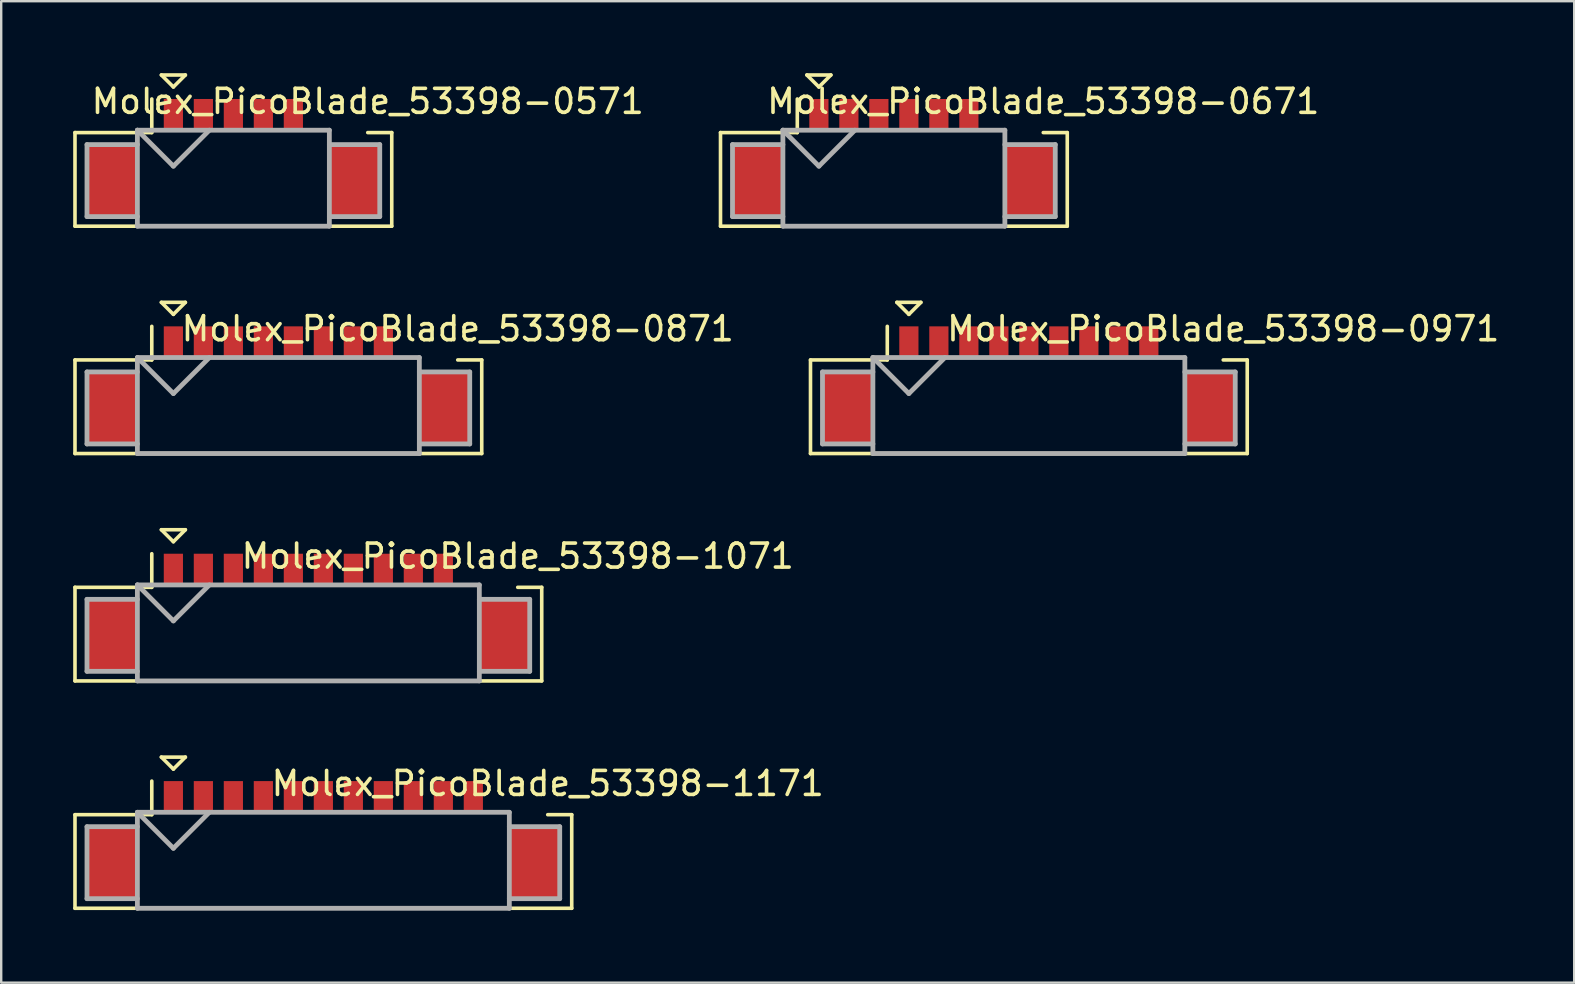
<source format=kicad_pcb>
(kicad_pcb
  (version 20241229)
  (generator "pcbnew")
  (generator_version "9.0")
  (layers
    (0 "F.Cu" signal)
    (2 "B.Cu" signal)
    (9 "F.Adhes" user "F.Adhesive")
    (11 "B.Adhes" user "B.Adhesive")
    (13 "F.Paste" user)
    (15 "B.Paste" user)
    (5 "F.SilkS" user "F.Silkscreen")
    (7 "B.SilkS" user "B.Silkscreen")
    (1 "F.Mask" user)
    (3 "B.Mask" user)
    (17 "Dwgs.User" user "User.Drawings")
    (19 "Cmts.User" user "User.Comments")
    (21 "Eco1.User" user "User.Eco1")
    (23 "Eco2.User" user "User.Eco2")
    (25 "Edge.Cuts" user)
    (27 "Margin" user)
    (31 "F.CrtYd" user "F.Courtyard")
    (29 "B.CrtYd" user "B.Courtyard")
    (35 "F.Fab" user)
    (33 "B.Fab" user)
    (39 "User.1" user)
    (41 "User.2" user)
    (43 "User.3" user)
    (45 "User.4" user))
  (footprint "Molex_PicoBlade_53398-0671"
    (layer "F.Cu")
    (at 34.2 4.475)
    (property "Reference" "Molex_PicoBlade_53398-0671" (at 6.225 -3.3 0) (layer "F.SilkS") (effects (font (size 1 1) (thickness 0.15))))
    (attr smd)
    (fp_line (start -7.225 -2) (end -7.225 1.9) (stroke (width 0.15) (type solid)) (layer "F.SilkS"))
    (fp_line (start -7.225 1.9) (end 7.225 1.9) (stroke (width 0.15) (type solid)) (layer "F.SilkS"))
    (fp_line (start -4.025 -3.4) (end -4.025 -2) (stroke (width 0.15) (type solid)) (layer "F.SilkS"))
    (fp_line (start -4.025 -2) (end -7.225 -2) (stroke (width 0.15) (type solid)) (layer "F.SilkS"))
    (fp_line (start -3.625 -4.4) (end -2.625 -4.4) (stroke (width 0.15) (type solid)) (layer "F.SilkS"))
    (fp_line (start -3.125 -3.9) (end -3.625 -4.4) (stroke (width 0.15) (type solid)) (layer "F.SilkS"))
    (fp_line (start -2.625 -4.4) (end -3.125 -3.9) (stroke (width 0.15) (type solid)) (layer "F.SilkS"))
    (fp_line (start 7.225 -2) (end 6.225 -2) (stroke (width 0.15) (type solid)) (layer "F.SilkS"))
    (fp_line (start 7.225 1.9) (end 7.225 -2) (stroke (width 0.15) (type solid)) (layer "F.SilkS"))
    (fp_line (start -6.725 -1.5) (end -6.725 1.5) (stroke (width 0.2) (type solid)) (layer "F.Fab"))
    (fp_line (start -6.725 1.5) (end -4.625 1.5) (stroke (width 0.2) (type solid)) (layer "F.Fab"))
    (fp_line (start -4.625 -2.1) (end -4.625 1.9) (stroke (width 0.2) (type solid)) (layer "F.Fab"))
    (fp_line (start -4.625 -2.1) (end -3.125 -0.6) (stroke (width 0.2) (type solid)) (layer "F.Fab"))
    (fp_line (start -4.625 -1.5) (end -6.725 -1.5) (stroke (width 0.2) (type solid)) (layer "F.Fab"))
    (fp_line (start -4.625 1.9) (end 4.625 1.9) (stroke (width 0.2) (type solid)) (layer "F.Fab"))
    (fp_line (start -3.125 -0.6) (end -1.625 -2.1) (stroke (width 0.2) (type solid)) (layer "F.Fab"))
    (fp_line (start 4.625 -2.1) (end -4.625 -2.1) (stroke (width 0.2) (type solid)) (layer "F.Fab"))
    (fp_line (start 4.625 -1.5) (end 6.725 -1.5) (stroke (width 0.2) (type solid)) (layer "F.Fab"))
    (fp_line (start 4.625 1.9) (end 4.625 -2.1) (stroke (width 0.2) (type solid)) (layer "F.Fab"))
    (fp_line (start 6.725 -1.5) (end 6.725 1.5) (stroke (width 0.2) (type solid)) (layer "F.Fab"))
    (fp_line (start 6.725 1.5) (end 4.625 1.5) (stroke (width 0.2) (type solid)) (layer "F.Fab"))
    (pad "" smd rect (at -5.675 0) (size 2.1 3) (layers "F.Cu" "F.Mask" "F.Paste"))
    (pad "" smd rect (at 5.675 0) (size 2.1 3) (layers "F.Cu" "F.Mask" "F.Paste"))
    (pad "1" smd rect (at -3.125 -2.75) (size 0.8 1.3) (layers "F.Cu" "F.Mask" "F.Paste"))
    (pad "2" smd rect (at -1.875 -2.75) (size 0.8 1.3) (layers "F.Cu" "F.Mask" "F.Paste"))
    (pad "3" smd rect (at -0.625 -2.75) (size 0.8 1.3) (layers "F.Cu" "F.Mask" "F.Paste"))
    (pad "4" smd rect (at 0.625 -2.75) (size 0.8 1.3) (layers "F.Cu" "F.Mask" "F.Paste"))
    (pad "5" smd rect (at 1.875 -2.75) (size 0.8 1.3) (layers "F.Cu" "F.Mask" "F.Paste"))
    (pad "6" smd rect (at 3.125 -2.75) (size 0.8 1.3) (layers "F.Cu" "F.Mask" "F.Paste")))
  (footprint "Molex_PicoBlade_53398-1071"
    (layer "F.Cu")
    (at 9.8 23.425)
    (property "Reference" "Molex_PicoBlade_53398-1071" (at 8.725 -3.3 0) (layer "F.SilkS") (effects (font (size 1 1) (thickness 0.15))))
    (attr smd)
    (fp_line (start -9.725 -2) (end -9.725 1.9) (stroke (width 0.15) (type solid)) (layer "F.SilkS"))
    (fp_line (start -9.725 1.9) (end 9.725 1.9) (stroke (width 0.15) (type solid)) (layer "F.SilkS"))
    (fp_line (start -6.525 -3.4) (end -6.525 -2) (stroke (width 0.15) (type solid)) (layer "F.SilkS"))
    (fp_line (start -6.525 -2) (end -9.725 -2) (stroke (width 0.15) (type solid)) (layer "F.SilkS"))
    (fp_line (start -6.125 -4.4) (end -5.125 -4.4) (stroke (width 0.15) (type solid)) (layer "F.SilkS"))
    (fp_line (start -5.625 -3.9) (end -6.125 -4.4) (stroke (width 0.15) (type solid)) (layer "F.SilkS"))
    (fp_line (start -5.125 -4.4) (end -5.625 -3.9) (stroke (width 0.15) (type solid)) (layer "F.SilkS"))
    (fp_line (start 9.725 -2) (end 8.725 -2) (stroke (width 0.15) (type solid)) (layer "F.SilkS"))
    (fp_line (start 9.725 1.9) (end 9.725 -2) (stroke (width 0.15) (type solid)) (layer "F.SilkS"))
    (fp_line (start -9.225 -1.5) (end -9.225 1.5) (stroke (width 0.2) (type solid)) (layer "F.Fab"))
    (fp_line (start -9.225 1.5) (end -7.125 1.5) (stroke (width 0.2) (type solid)) (layer "F.Fab"))
    (fp_line (start -7.125 -2.1) (end -7.125 1.9) (stroke (width 0.2) (type solid)) (layer "F.Fab"))
    (fp_line (start -7.125 -2.1) (end -5.625 -0.6) (stroke (width 0.2) (type solid)) (layer "F.Fab"))
    (fp_line (start -7.125 -1.5) (end -9.225 -1.5) (stroke (width 0.2) (type solid)) (layer "F.Fab"))
    (fp_line (start -7.125 1.9) (end 7.125 1.9) (stroke (width 0.2) (type solid)) (layer "F.Fab"))
    (fp_line (start -5.625 -0.6) (end -4.125 -2.1) (stroke (width 0.2) (type solid)) (layer "F.Fab"))
    (fp_line (start 7.125 -2.1) (end -7.125 -2.1) (stroke (width 0.2) (type solid)) (layer "F.Fab"))
    (fp_line (start 7.125 -1.5) (end 9.225 -1.5) (stroke (width 0.2) (type solid)) (layer "F.Fab"))
    (fp_line (start 7.125 1.9) (end 7.125 -2.1) (stroke (width 0.2) (type solid)) (layer "F.Fab"))
    (fp_line (start 9.225 -1.5) (end 9.225 1.5) (stroke (width 0.2) (type solid)) (layer "F.Fab"))
    (fp_line (start 9.225 1.5) (end 7.125 1.5) (stroke (width 0.2) (type solid)) (layer "F.Fab"))
    (pad "" smd rect (at -8.175 0) (size 2.1 3) (layers "F.Cu" "F.Mask" "F.Paste"))
    (pad "" smd rect (at 8.175 0) (size 2.1 3) (layers "F.Cu" "F.Mask" "F.Paste"))
    (pad "1" smd rect (at -5.625 -2.75) (size 0.8 1.3) (layers "F.Cu" "F.Mask" "F.Paste"))
    (pad "2" smd rect (at -4.375 -2.75) (size 0.8 1.3) (layers "F.Cu" "F.Mask" "F.Paste"))
    (pad "3" smd rect (at -3.125 -2.75) (size 0.8 1.3) (layers "F.Cu" "F.Mask" "F.Paste"))
    (pad "4" smd rect (at -1.875 -2.75) (size 0.8 1.3) (layers "F.Cu" "F.Mask" "F.Paste"))
    (pad "5" smd rect (at -0.625 -2.75) (size 0.8 1.3) (layers "F.Cu" "F.Mask" "F.Paste"))
    (pad "6" smd rect (at 0.625 -2.75) (size 0.8 1.3) (layers "F.Cu" "F.Mask" "F.Paste"))
    (pad "7" smd rect (at 1.875 -2.75) (size 0.8 1.3) (layers "F.Cu" "F.Mask" "F.Paste"))
    (pad "8" smd rect (at 3.125 -2.75) (size 0.8 1.3) (layers "F.Cu" "F.Mask" "F.Paste"))
    (pad "9" smd rect (at 4.375 -2.75) (size 0.8 1.3) (layers "F.Cu" "F.Mask" "F.Paste"))
    (pad "10" smd rect (at 5.625 -2.75) (size 0.8 1.3) (layers "F.Cu" "F.Mask" "F.Paste")))
  (footprint "Molex_PicoBlade_53398-0871"
    (layer "F.Cu")
    (at 8.55 13.95)
    (property "Reference" "Molex_PicoBlade_53398-0871" (at 7.475 -3.3 0) (layer "F.SilkS") (effects (font (size 1 1) (thickness 0.15))))
    (attr smd)
    (fp_line (start -8.475 -2) (end -8.475 1.9) (stroke (width 0.15) (type solid)) (layer "F.SilkS"))
    (fp_line (start -8.475 1.9) (end 8.475 1.9) (stroke (width 0.15) (type solid)) (layer "F.SilkS"))
    (fp_line (start -5.275 -3.4) (end -5.275 -2) (stroke (width 0.15) (type solid)) (layer "F.SilkS"))
    (fp_line (start -5.275 -2) (end -8.475 -2) (stroke (width 0.15) (type solid)) (layer "F.SilkS"))
    (fp_line (start -4.875 -4.4) (end -3.875 -4.4) (stroke (width 0.15) (type solid)) (layer "F.SilkS"))
    (fp_line (start -4.375 -3.9) (end -4.875 -4.4) (stroke (width 0.15) (type solid)) (layer "F.SilkS"))
    (fp_line (start -3.875 -4.4) (end -4.375 -3.9) (stroke (width 0.15) (type solid)) (layer "F.SilkS"))
    (fp_line (start 8.475 -2) (end 7.475 -2) (stroke (width 0.15) (type solid)) (layer "F.SilkS"))
    (fp_line (start 8.475 1.9) (end 8.475 -2) (stroke (width 0.15) (type solid)) (layer "F.SilkS"))
    (fp_line (start -7.975 -1.5) (end -7.975 1.5) (stroke (width 0.2) (type solid)) (layer "F.Fab"))
    (fp_line (start -7.975 1.5) (end -5.875 1.5) (stroke (width 0.2) (type solid)) (layer "F.Fab"))
    (fp_line (start -5.875 -2.1) (end -5.875 1.9) (stroke (width 0.2) (type solid)) (layer "F.Fab"))
    (fp_line (start -5.875 -2.1) (end -4.375 -0.6) (stroke (width 0.2) (type solid)) (layer "F.Fab"))
    (fp_line (start -5.875 -1.5) (end -7.975 -1.5) (stroke (width 0.2) (type solid)) (layer "F.Fab"))
    (fp_line (start -5.875 1.9) (end 5.875 1.9) (stroke (width 0.2) (type solid)) (layer "F.Fab"))
    (fp_line (start -4.375 -0.6) (end -2.875 -2.1) (stroke (width 0.2) (type solid)) (layer "F.Fab"))
    (fp_line (start 5.875 -2.1) (end -5.875 -2.1) (stroke (width 0.2) (type solid)) (layer "F.Fab"))
    (fp_line (start 5.875 -1.5) (end 7.975 -1.5) (stroke (width 0.2) (type solid)) (layer "F.Fab"))
    (fp_line (start 5.875 1.9) (end 5.875 -2.1) (stroke (width 0.2) (type solid)) (layer "F.Fab"))
    (fp_line (start 7.975 -1.5) (end 7.975 1.5) (stroke (width 0.2) (type solid)) (layer "F.Fab"))
    (fp_line (start 7.975 1.5) (end 5.875 1.5) (stroke (width 0.2) (type solid)) (layer "F.Fab"))
    (pad "" smd rect (at -6.925 0) (size 2.1 3) (layers "F.Cu" "F.Mask" "F.Paste"))
    (pad "" smd rect (at 6.925 0) (size 2.1 3) (layers "F.Cu" "F.Mask" "F.Paste"))
    (pad "1" smd rect (at -4.375 -2.75) (size 0.8 1.3) (layers "F.Cu" "F.Mask" "F.Paste"))
    (pad "2" smd rect (at -3.125 -2.75) (size 0.8 1.3) (layers "F.Cu" "F.Mask" "F.Paste"))
    (pad "3" smd rect (at -1.875 -2.75) (size 0.8 1.3) (layers "F.Cu" "F.Mask" "F.Paste"))
    (pad "4" smd rect (at -0.625 -2.75) (size 0.8 1.3) (layers "F.Cu" "F.Mask" "F.Paste"))
    (pad "5" smd rect (at 0.625 -2.75) (size 0.8 1.3) (layers "F.Cu" "F.Mask" "F.Paste"))
    (pad "6" smd rect (at 1.875 -2.75) (size 0.8 1.3) (layers "F.Cu" "F.Mask" "F.Paste"))
    (pad "7" smd rect (at 3.125 -2.75) (size 0.8 1.3) (layers "F.Cu" "F.Mask" "F.Paste"))
    (pad "8" smd rect (at 4.375 -2.75) (size 0.8 1.3) (layers "F.Cu" "F.Mask" "F.Paste")))
  (footprint "Molex_PicoBlade_53398-1171"
    (layer "F.Cu")
    (at 10.425 32.9)
    (property "Reference" "Molex_PicoBlade_53398-1171" (at 9.35 -3.3 0) (layer "F.SilkS") (effects (font (size 1 1) (thickness 0.15))))
    (attr smd)
    (fp_line (start -10.35 -2) (end -10.35 1.9) (stroke (width 0.15) (type solid)) (layer "F.SilkS"))
    (fp_line (start -10.35 1.9) (end 10.35 1.9) (stroke (width 0.15) (type solid)) (layer "F.SilkS"))
    (fp_line (start -7.15 -3.4) (end -7.15 -2) (stroke (width 0.15) (type solid)) (layer "F.SilkS"))
    (fp_line (start -7.15 -2) (end -10.35 -2) (stroke (width 0.15) (type solid)) (layer "F.SilkS"))
    (fp_line (start -6.75 -4.4) (end -5.75 -4.4) (stroke (width 0.15) (type solid)) (layer "F.SilkS"))
    (fp_line (start -6.25 -3.9) (end -6.75 -4.4) (stroke (width 0.15) (type solid)) (layer "F.SilkS"))
    (fp_line (start -5.75 -4.4) (end -6.25 -3.9) (stroke (width 0.15) (type solid)) (layer "F.SilkS"))
    (fp_line (start 10.35 -2) (end 9.35 -2) (stroke (width 0.15) (type solid)) (layer "F.SilkS"))
    (fp_line (start 10.35 1.9) (end 10.35 -2) (stroke (width 0.15) (type solid)) (layer "F.SilkS"))
    (fp_line (start -9.85 -1.5) (end -9.85 1.5) (stroke (width 0.2) (type solid)) (layer "F.Fab"))
    (fp_line (start -9.85 1.5) (end -7.75 1.5) (stroke (width 0.2) (type solid)) (layer "F.Fab"))
    (fp_line (start -7.75 -2.1) (end -7.75 1.9) (stroke (width 0.2) (type solid)) (layer "F.Fab"))
    (fp_line (start -7.75 -2.1) (end -6.25 -0.6) (stroke (width 0.2) (type solid)) (layer "F.Fab"))
    (fp_line (start -7.75 -1.5) (end -9.85 -1.5) (stroke (width 0.2) (type solid)) (layer "F.Fab"))
    (fp_line (start -7.75 1.9) (end 7.75 1.9) (stroke (width 0.2) (type solid)) (layer "F.Fab"))
    (fp_line (start -6.25 -0.6) (end -4.75 -2.1) (stroke (width 0.2) (type solid)) (layer "F.Fab"))
    (fp_line (start 7.75 -2.1) (end -7.75 -2.1) (stroke (width 0.2) (type solid)) (layer "F.Fab"))
    (fp_line (start 7.75 -1.5) (end 9.85 -1.5) (stroke (width 0.2) (type solid)) (layer "F.Fab"))
    (fp_line (start 7.75 1.9) (end 7.75 -2.1) (stroke (width 0.2) (type solid)) (layer "F.Fab"))
    (fp_line (start 9.85 -1.5) (end 9.85 1.5) (stroke (width 0.2) (type solid)) (layer "F.Fab"))
    (fp_line (start 9.85 1.5) (end 7.75 1.5) (stroke (width 0.2) (type solid)) (layer "F.Fab"))
    (pad "" smd rect (at -8.8 0) (size 2.1 3) (layers "F.Cu" "F.Mask" "F.Paste"))
    (pad "" smd rect (at 8.8 0) (size 2.1 3) (layers "F.Cu" "F.Mask" "F.Paste"))
    (pad "1" smd rect (at -6.25 -2.75) (size 0.8 1.3) (layers "F.Cu" "F.Mask" "F.Paste"))
    (pad "2" smd rect (at -5 -2.75) (size 0.8 1.3) (layers "F.Cu" "F.Mask" "F.Paste"))
    (pad "3" smd rect (at -3.75 -2.75) (size 0.8 1.3) (layers "F.Cu" "F.Mask" "F.Paste"))
    (pad "4" smd rect (at -2.5 -2.75) (size 0.8 1.3) (layers "F.Cu" "F.Mask" "F.Paste"))
    (pad "5" smd rect (at -1.25 -2.75) (size 0.8 1.3) (layers "F.Cu" "F.Mask" "F.Paste"))
    (pad "6" smd rect (at 0 -2.75) (size 0.8 1.3) (layers "F.Cu" "F.Mask" "F.Paste"))
    (pad "7" smd rect (at 1.25 -2.75) (size 0.8 1.3) (layers "F.Cu" "F.Mask" "F.Paste"))
    (pad "8" smd rect (at 2.5 -2.75) (size 0.8 1.3) (layers "F.Cu" "F.Mask" "F.Paste"))
    (pad "9" smd rect (at 3.75 -2.75) (size 0.8 1.3) (layers "F.Cu" "F.Mask" "F.Paste"))
    (pad "10" smd rect (at 5 -2.75) (size 0.8 1.3) (layers "F.Cu" "F.Mask" "F.Paste"))
    (pad "11" smd rect (at 6.25 -2.75) (size 0.8 1.3) (layers "F.Cu" "F.Mask" "F.Paste")))
  (footprint "Molex_PicoBlade_53398-0971"
    (layer "F.Cu")
    (at 39.825 13.95)
    (property "Reference" "Molex_PicoBlade_53398-0971" (at 8.1 -3.3 0) (layer "F.SilkS") (effects (font (size 1 1) (thickness 0.15))))
    (attr smd)
    (fp_line (start -9.1 -2) (end -9.1 1.9) (stroke (width 0.15) (type solid)) (layer "F.SilkS"))
    (fp_line (start -9.1 1.9) (end 9.1 1.9) (stroke (width 0.15) (type solid)) (layer "F.SilkS"))
    (fp_line (start -5.9 -3.4) (end -5.9 -2) (stroke (width 0.15) (type solid)) (layer "F.SilkS"))
    (fp_line (start -5.9 -2) (end -9.1 -2) (stroke (width 0.15) (type solid)) (layer "F.SilkS"))
    (fp_line (start -5.5 -4.4) (end -4.5 -4.4) (stroke (width 0.15) (type solid)) (layer "F.SilkS"))
    (fp_line (start -5 -3.9) (end -5.5 -4.4) (stroke (width 0.15) (type solid)) (layer "F.SilkS"))
    (fp_line (start -4.5 -4.4) (end -5 -3.9) (stroke (width 0.15) (type solid)) (layer "F.SilkS"))
    (fp_line (start 9.1 -2) (end 8.1 -2) (stroke (width 0.15) (type solid)) (layer "F.SilkS"))
    (fp_line (start 9.1 1.9) (end 9.1 -2) (stroke (width 0.15) (type solid)) (layer "F.SilkS"))
    (fp_line (start -8.6 -1.5) (end -8.6 1.5) (stroke (width 0.2) (type solid)) (layer "F.Fab"))
    (fp_line (start -8.6 1.5) (end -6.5 1.5) (stroke (width 0.2) (type solid)) (layer "F.Fab"))
    (fp_line (start -6.5 -2.1) (end -6.5 1.9) (stroke (width 0.2) (type solid)) (layer "F.Fab"))
    (fp_line (start -6.5 -2.1) (end -5 -0.6) (stroke (width 0.2) (type solid)) (layer "F.Fab"))
    (fp_line (start -6.5 -1.5) (end -8.6 -1.5) (stroke (width 0.2) (type solid)) (layer "F.Fab"))
    (fp_line (start -6.5 1.9) (end 6.5 1.9) (stroke (width 0.2) (type solid)) (layer "F.Fab"))
    (fp_line (start -5 -0.6) (end -3.5 -2.1) (stroke (width 0.2) (type solid)) (layer "F.Fab"))
    (fp_line (start 6.5 -2.1) (end -6.5 -2.1) (stroke (width 0.2) (type solid)) (layer "F.Fab"))
    (fp_line (start 6.5 -1.5) (end 8.6 -1.5) (stroke (width 0.2) (type solid)) (layer "F.Fab"))
    (fp_line (start 6.5 1.9) (end 6.5 -2.1) (stroke (width 0.2) (type solid)) (layer "F.Fab"))
    (fp_line (start 8.6 -1.5) (end 8.6 1.5) (stroke (width 0.2) (type solid)) (layer "F.Fab"))
    (fp_line (start 8.6 1.5) (end 6.5 1.5) (stroke (width 0.2) (type solid)) (layer "F.Fab"))
    (pad "" smd rect (at -7.55 0) (size 2.1 3) (layers "F.Cu" "F.Mask" "F.Paste"))
    (pad "" smd rect (at 7.55 0) (size 2.1 3) (layers "F.Cu" "F.Mask" "F.Paste"))
    (pad "1" smd rect (at -5 -2.75) (size 0.8 1.3) (layers "F.Cu" "F.Mask" "F.Paste"))
    (pad "2" smd rect (at -3.75 -2.75) (size 0.8 1.3) (layers "F.Cu" "F.Mask" "F.Paste"))
    (pad "3" smd rect (at -2.5 -2.75) (size 0.8 1.3) (layers "F.Cu" "F.Mask" "F.Paste"))
    (pad "4" smd rect (at -1.25 -2.75) (size 0.8 1.3) (layers "F.Cu" "F.Mask" "F.Paste"))
    (pad "5" smd rect (at 0 -2.75) (size 0.8 1.3) (layers "F.Cu" "F.Mask" "F.Paste"))
    (pad "6" smd rect (at 1.25 -2.75) (size 0.8 1.3) (layers "F.Cu" "F.Mask" "F.Paste"))
    (pad "7" smd rect (at 2.5 -2.75) (size 0.8 1.3) (layers "F.Cu" "F.Mask" "F.Paste"))
    (pad "8" smd rect (at 3.75 -2.75) (size 0.8 1.3) (layers "F.Cu" "F.Mask" "F.Paste"))
    (pad "9" smd rect (at 5 -2.75) (size 0.8 1.3) (layers "F.Cu" "F.Mask" "F.Paste")))
  (footprint "Molex_PicoBlade_53398-0571"
    (layer "F.Cu")
    (at 6.675 4.475)
    (property "Reference" "Molex_PicoBlade_53398-0571" (at 5.6 -3.3 0) (layer "F.SilkS") (effects (font (size 1 1) (thickness 0.15))))
    (attr smd)
    (fp_line (start -6.6 -2) (end -6.6 1.9) (stroke (width 0.15) (type solid)) (layer "F.SilkS"))
    (fp_line (start -6.6 1.9) (end 6.6 1.9) (stroke (width 0.15) (type solid)) (layer "F.SilkS"))
    (fp_line (start -3.4 -3.4) (end -3.4 -2) (stroke (width 0.15) (type solid)) (layer "F.SilkS"))
    (fp_line (start -3.4 -2) (end -6.6 -2) (stroke (width 0.15) (type solid)) (layer "F.SilkS"))
    (fp_line (start -3 -4.4) (end -2 -4.4) (stroke (width 0.15) (type solid)) (layer "F.SilkS"))
    (fp_line (start -2.5 -3.9) (end -3 -4.4) (stroke (width 0.15) (type solid)) (layer "F.SilkS"))
    (fp_line (start -2 -4.4) (end -2.5 -3.9) (stroke (width 0.15) (type solid)) (layer "F.SilkS"))
    (fp_line (start 6.6 -2) (end 5.6 -2) (stroke (width 0.15) (type solid)) (layer "F.SilkS"))
    (fp_line (start 6.6 1.9) (end 6.6 -2) (stroke (width 0.15) (type solid)) (layer "F.SilkS"))
    (fp_line (start -6.1 -1.5) (end -6.1 1.5) (stroke (width 0.2) (type solid)) (layer "F.Fab"))
    (fp_line (start -6.1 1.5) (end -4 1.5) (stroke (width 0.2) (type solid)) (layer "F.Fab"))
    (fp_line (start -4 -2.1) (end -4 1.9) (stroke (width 0.2) (type solid)) (layer "F.Fab"))
    (fp_line (start -4 -2.1) (end -2.5 -0.6) (stroke (width 0.2) (type solid)) (layer "F.Fab"))
    (fp_line (start -4 -1.5) (end -6.1 -1.5) (stroke (width 0.2) (type solid)) (layer "F.Fab"))
    (fp_line (start -4 1.9) (end 4 1.9) (stroke (width 0.2) (type solid)) (layer "F.Fab"))
    (fp_line (start -2.5 -0.6) (end -1 -2.1) (stroke (width 0.2) (type solid)) (layer "F.Fab"))
    (fp_line (start 4 -2.1) (end -4 -2.1) (stroke (width 0.2) (type solid)) (layer "F.Fab"))
    (fp_line (start 4 -1.5) (end 6.1 -1.5) (stroke (width 0.2) (type solid)) (layer "F.Fab"))
    (fp_line (start 4 1.9) (end 4 -2.1) (stroke (width 0.2) (type solid)) (layer "F.Fab"))
    (fp_line (start 6.1 -1.5) (end 6.1 1.5) (stroke (width 0.2) (type solid)) (layer "F.Fab"))
    (fp_line (start 6.1 1.5) (end 4 1.5) (stroke (width 0.2) (type solid)) (layer "F.Fab"))
    (pad "" smd rect (at -5.05 0) (size 2.1 3) (layers "F.Cu" "F.Mask" "F.Paste"))
    (pad "" smd rect (at 5.05 0) (size 2.1 3) (layers "F.Cu" "F.Mask" "F.Paste"))
    (pad "1" smd rect (at -2.5 -2.75) (size 0.8 1.3) (layers "F.Cu" "F.Mask" "F.Paste"))
    (pad "2" smd rect (at -1.25 -2.75) (size 0.8 1.3) (layers "F.Cu" "F.Mask" "F.Paste"))
    (pad "3" smd rect (at 0 -2.75) (size 0.8 1.3) (layers "F.Cu" "F.Mask" "F.Paste"))
    (pad "4" smd rect (at 1.25 -2.75) (size 0.8 1.3) (layers "F.Cu" "F.Mask" "F.Paste"))
    (pad "5" smd rect (at 2.5 -2.75) (size 0.8 1.3) (layers "F.Cu" "F.Mask" "F.Paste")))
  (gr_rect
    (start -3 -3)
    (end 62.55 37.9)
    (stroke (width 0.1) (type default))
    (fill no)
    (layer "Edge.Cuts")))
</source>
